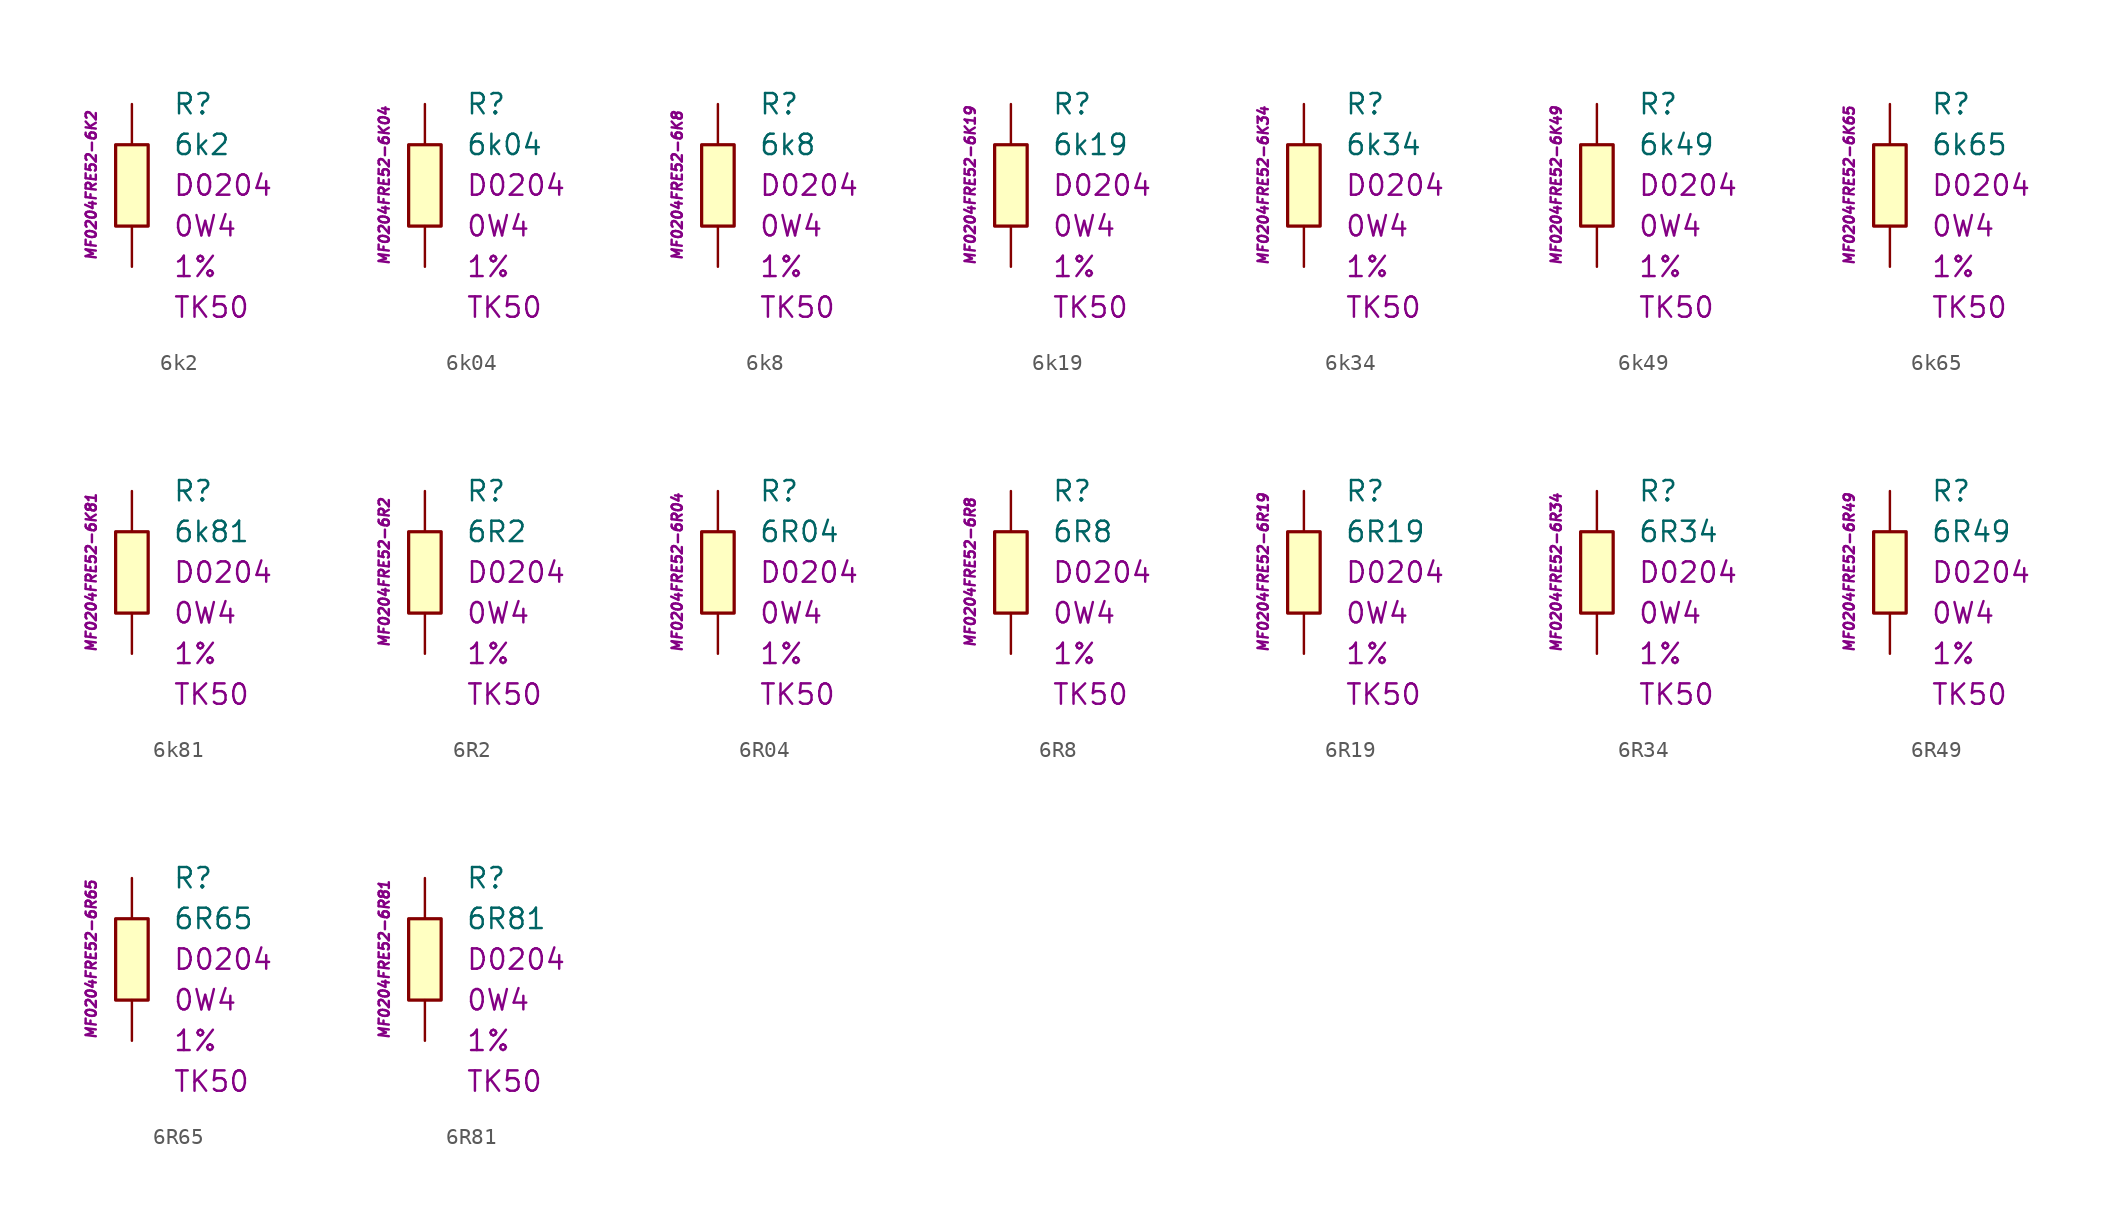
<source format=kicad_sym>
(kicad_symbol_lib
  (version 20201005)
  (generator kicad_symbol_editor)
  (symbol "6k2"
    (pin_numbers hide)
    (pin_names
      (offset 1.016) hide)
    (property "Reference" "R"
      (at 2.54 5.08 0)
      (effects (font (size 1.27 1.27)) (justify left)))
    (property "Value" "6k2"
      (at 2.54 2.54 0)
      (effects (font (size 1.27 1.27)) (justify left)))
    (property "Package" "D0204"
      (at 2.54 0 0)
      (effects (font (size 1.27 1.27)) (justify left)))
    (property "Power" "0W4"
      (at 2.54 -2.54 0)
      (effects (font (size 1.27 1.27)) (justify left)))
    (property "Tolerance" "1%"
      (at 2.54 -5.08 0)
      (effects (font (size 1.27 1.27)) (justify left)))
    (property "TK" "TK50"
      (at 2.54 -7.62 0)
      (effects (font (size 1.27 1.27)) (justify left)))
    (property "ID" "MF0204FRE52-6K2"
      (at -2.54 0 90)
      (effects (font (size 0.635 0.635) italic)))
    (symbol "6k2_0_1"
      (rectangle (start -1.016 2.54) (end 1.016 -2.54) (stroke (width 0.203)) (fill (type background))))
    (symbol "6k2_1_1"
      (pin passive line (at 0 5.08 270) (length 2.54) (name "~" (effects (font (size 1.778 1.778)))) (number "1" (effects (font (size 1.778 1.778)))))
      (pin passive line (at 0 -5.08 90) (length 2.54) (name "~" (effects (font (size 1.778 1.778)))) (number "2" (effects (font (size 1.778 1.778)))))))
  (symbol "6k04"
    (pin_numbers hide)
    (pin_names
      (offset 1.016) hide)
    (property "Reference" "R"
      (at 2.54 5.08 0)
      (effects (font (size 1.27 1.27)) (justify left)))
    (property "Value" "6k04"
      (at 2.54 2.54 0)
      (effects (font (size 1.27 1.27)) (justify left)))
    (property "Package" "D0204"
      (at 2.54 0 0)
      (effects (font (size 1.27 1.27)) (justify left)))
    (property "Power" "0W4"
      (at 2.54 -2.54 0)
      (effects (font (size 1.27 1.27)) (justify left)))
    (property "Tolerance" "1%"
      (at 2.54 -5.08 0)
      (effects (font (size 1.27 1.27)) (justify left)))
    (property "TK" "TK50"
      (at 2.54 -7.62 0)
      (effects (font (size 1.27 1.27)) (justify left)))
    (property "ID" "MF0204FRE52-6K04"
      (at -2.54 0 90)
      (effects (font (size 0.635 0.635) italic)))
    (symbol "6k04_0_1"
      (rectangle (start -1.016 2.54) (end 1.016 -2.54) (stroke (width 0.203)) (fill (type background))))
    (symbol "6k04_1_1"
      (pin passive line (at 0 5.08 270) (length 2.54) (name "~" (effects (font (size 1.778 1.778)))) (number "1" (effects (font (size 1.778 1.778)))))
      (pin passive line (at 0 -5.08 90) (length 2.54) (name "~" (effects (font (size 1.778 1.778)))) (number "2" (effects (font (size 1.778 1.778)))))))
  (symbol "6k8"
    (pin_numbers hide)
    (pin_names
      (offset 1.016) hide)
    (property "Reference" "R"
      (at 2.54 5.08 0)
      (effects (font (size 1.27 1.27)) (justify left)))
    (property "Value" "6k8"
      (at 2.54 2.54 0)
      (effects (font (size 1.27 1.27)) (justify left)))
    (property "Package" "D0204"
      (at 2.54 0 0)
      (effects (font (size 1.27 1.27)) (justify left)))
    (property "Power" "0W4"
      (at 2.54 -2.54 0)
      (effects (font (size 1.27 1.27)) (justify left)))
    (property "Tolerance" "1%"
      (at 2.54 -5.08 0)
      (effects (font (size 1.27 1.27)) (justify left)))
    (property "TK" "TK50"
      (at 2.54 -7.62 0)
      (effects (font (size 1.27 1.27)) (justify left)))
    (property "ID" "MF0204FRE52-6K8"
      (at -2.54 0 90)
      (effects (font (size 0.635 0.635) italic)))
    (symbol "6k8_0_1"
      (rectangle (start -1.016 2.54) (end 1.016 -2.54) (stroke (width 0.203)) (fill (type background))))
    (symbol "6k8_1_1"
      (pin passive line (at 0 5.08 270) (length 2.54) (name "~" (effects (font (size 1.778 1.778)))) (number "1" (effects (font (size 1.778 1.778)))))
      (pin passive line (at 0 -5.08 90) (length 2.54) (name "~" (effects (font (size 1.778 1.778)))) (number "2" (effects (font (size 1.778 1.778)))))))
  (symbol "6k19"
    (pin_numbers hide)
    (pin_names
      (offset 1.016) hide)
    (property "Reference" "R"
      (at 2.54 5.08 0)
      (effects (font (size 1.27 1.27)) (justify left)))
    (property "Value" "6k19"
      (at 2.54 2.54 0)
      (effects (font (size 1.27 1.27)) (justify left)))
    (property "Package" "D0204"
      (at 2.54 0 0)
      (effects (font (size 1.27 1.27)) (justify left)))
    (property "Power" "0W4"
      (at 2.54 -2.54 0)
      (effects (font (size 1.27 1.27)) (justify left)))
    (property "Tolerance" "1%"
      (at 2.54 -5.08 0)
      (effects (font (size 1.27 1.27)) (justify left)))
    (property "TK" "TK50"
      (at 2.54 -7.62 0)
      (effects (font (size 1.27 1.27)) (justify left)))
    (property "ID" "MF0204FRE52-6K19"
      (at -2.54 0 90)
      (effects (font (size 0.635 0.635) italic)))
    (symbol "6k19_0_1"
      (rectangle (start -1.016 2.54) (end 1.016 -2.54) (stroke (width 0.203)) (fill (type background))))
    (symbol "6k19_1_1"
      (pin passive line (at 0 5.08 270) (length 2.54) (name "~" (effects (font (size 1.778 1.778)))) (number "1" (effects (font (size 1.778 1.778)))))
      (pin passive line (at 0 -5.08 90) (length 2.54) (name "~" (effects (font (size 1.778 1.778)))) (number "2" (effects (font (size 1.778 1.778)))))))
  (symbol "6k34"
    (pin_numbers hide)
    (pin_names
      (offset 1.016) hide)
    (property "Reference" "R"
      (at 2.54 5.08 0)
      (effects (font (size 1.27 1.27)) (justify left)))
    (property "Value" "6k34"
      (at 2.54 2.54 0)
      (effects (font (size 1.27 1.27)) (justify left)))
    (property "Package" "D0204"
      (at 2.54 0 0)
      (effects (font (size 1.27 1.27)) (justify left)))
    (property "Power" "0W4"
      (at 2.54 -2.54 0)
      (effects (font (size 1.27 1.27)) (justify left)))
    (property "Tolerance" "1%"
      (at 2.54 -5.08 0)
      (effects (font (size 1.27 1.27)) (justify left)))
    (property "TK" "TK50"
      (at 2.54 -7.62 0)
      (effects (font (size 1.27 1.27)) (justify left)))
    (property "ID" "MF0204FRE52-6K34"
      (at -2.54 0 90)
      (effects (font (size 0.635 0.635) italic)))
    (symbol "6k34_0_1"
      (rectangle (start -1.016 2.54) (end 1.016 -2.54) (stroke (width 0.203)) (fill (type background))))
    (symbol "6k34_1_1"
      (pin passive line (at 0 5.08 270) (length 2.54) (name "~" (effects (font (size 1.778 1.778)))) (number "1" (effects (font (size 1.778 1.778)))))
      (pin passive line (at 0 -5.08 90) (length 2.54) (name "~" (effects (font (size 1.778 1.778)))) (number "2" (effects (font (size 1.778 1.778)))))))
  (symbol "6k49"
    (pin_numbers hide)
    (pin_names
      (offset 1.016) hide)
    (property "Reference" "R"
      (at 2.54 5.08 0)
      (effects (font (size 1.27 1.27)) (justify left)))
    (property "Value" "6k49"
      (at 2.54 2.54 0)
      (effects (font (size 1.27 1.27)) (justify left)))
    (property "Package" "D0204"
      (at 2.54 0 0)
      (effects (font (size 1.27 1.27)) (justify left)))
    (property "Power" "0W4"
      (at 2.54 -2.54 0)
      (effects (font (size 1.27 1.27)) (justify left)))
    (property "Tolerance" "1%"
      (at 2.54 -5.08 0)
      (effects (font (size 1.27 1.27)) (justify left)))
    (property "TK" "TK50"
      (at 2.54 -7.62 0)
      (effects (font (size 1.27 1.27)) (justify left)))
    (property "ID" "MF0204FRE52-6K49"
      (at -2.54 0 90)
      (effects (font (size 0.635 0.635) italic)))
    (symbol "6k49_0_1"
      (rectangle (start -1.016 2.54) (end 1.016 -2.54) (stroke (width 0.203)) (fill (type background))))
    (symbol "6k49_1_1"
      (pin passive line (at 0 5.08 270) (length 2.54) (name "~" (effects (font (size 1.778 1.778)))) (number "1" (effects (font (size 1.778 1.778)))))
      (pin passive line (at 0 -5.08 90) (length 2.54) (name "~" (effects (font (size 1.778 1.778)))) (number "2" (effects (font (size 1.778 1.778)))))))
  (symbol "6k65"
    (pin_numbers hide)
    (pin_names
      (offset 1.016) hide)
    (property "Reference" "R"
      (at 2.54 5.08 0)
      (effects (font (size 1.27 1.27)) (justify left)))
    (property "Value" "6k65"
      (at 2.54 2.54 0)
      (effects (font (size 1.27 1.27)) (justify left)))
    (property "Package" "D0204"
      (at 2.54 0 0)
      (effects (font (size 1.27 1.27)) (justify left)))
    (property "Power" "0W4"
      (at 2.54 -2.54 0)
      (effects (font (size 1.27 1.27)) (justify left)))
    (property "Tolerance" "1%"
      (at 2.54 -5.08 0)
      (effects (font (size 1.27 1.27)) (justify left)))
    (property "TK" "TK50"
      (at 2.54 -7.62 0)
      (effects (font (size 1.27 1.27)) (justify left)))
    (property "ID" "MF0204FRE52-6K65"
      (at -2.54 0 90)
      (effects (font (size 0.635 0.635) italic)))
    (symbol "6k65_0_1"
      (rectangle (start -1.016 2.54) (end 1.016 -2.54) (stroke (width 0.203)) (fill (type background))))
    (symbol "6k65_1_1"
      (pin passive line (at 0 5.08 270) (length 2.54) (name "~" (effects (font (size 1.778 1.778)))) (number "1" (effects (font (size 1.778 1.778)))))
      (pin passive line (at 0 -5.08 90) (length 2.54) (name "~" (effects (font (size 1.778 1.778)))) (number "2" (effects (font (size 1.778 1.778)))))))
  (symbol "6k81"
    (pin_numbers hide)
    (pin_names
      (offset 1.016) hide)
    (property "Reference" "R"
      (at 2.54 5.08 0)
      (effects (font (size 1.27 1.27)) (justify left)))
    (property "Value" "6k81"
      (at 2.54 2.54 0)
      (effects (font (size 1.27 1.27)) (justify left)))
    (property "Package" "D0204"
      (at 2.54 0 0)
      (effects (font (size 1.27 1.27)) (justify left)))
    (property "Power" "0W4"
      (at 2.54 -2.54 0)
      (effects (font (size 1.27 1.27)) (justify left)))
    (property "Tolerance" "1%"
      (at 2.54 -5.08 0)
      (effects (font (size 1.27 1.27)) (justify left)))
    (property "TK" "TK50"
      (at 2.54 -7.62 0)
      (effects (font (size 1.27 1.27)) (justify left)))
    (property "ID" "MF0204FRE52-6K81"
      (at -2.54 0 90)
      (effects (font (size 0.635 0.635) italic)))
    (symbol "6k81_0_1"
      (rectangle (start -1.016 2.54) (end 1.016 -2.54) (stroke (width 0.203)) (fill (type background))))
    (symbol "6k81_1_1"
      (pin passive line (at 0 5.08 270) (length 2.54) (name "~" (effects (font (size 1.778 1.778)))) (number "1" (effects (font (size 1.778 1.778)))))
      (pin passive line (at 0 -5.08 90) (length 2.54) (name "~" (effects (font (size 1.778 1.778)))) (number "2" (effects (font (size 1.778 1.778)))))))
  (symbol "6R2"
    (pin_numbers hide)
    (pin_names
      (offset 1.016) hide)
    (property "Reference" "R"
      (at 2.54 5.08 0)
      (effects (font (size 1.27 1.27)) (justify left)))
    (property "Value" "6R2"
      (at 2.54 2.54 0)
      (effects (font (size 1.27 1.27)) (justify left)))
    (property "Package" "D0204"
      (at 2.54 0 0)
      (effects (font (size 1.27 1.27)) (justify left)))
    (property "Power" "0W4"
      (at 2.54 -2.54 0)
      (effects (font (size 1.27 1.27)) (justify left)))
    (property "Tolerance" "1%"
      (at 2.54 -5.08 0)
      (effects (font (size 1.27 1.27)) (justify left)))
    (property "TK" "TK50"
      (at 2.54 -7.62 0)
      (effects (font (size 1.27 1.27)) (justify left)))
    (property "ID" "MF0204FRE52-6R2"
      (at -2.54 0 90)
      (effects (font (size 0.635 0.635) italic)))
    (symbol "6R2_0_1"
      (rectangle (start -1.016 2.54) (end 1.016 -2.54) (stroke (width 0.203)) (fill (type background))))
    (symbol "6R2_1_1"
      (pin passive line (at 0 5.08 270) (length 2.54) (name "~" (effects (font (size 1.778 1.778)))) (number "1" (effects (font (size 1.778 1.778)))))
      (pin passive line (at 0 -5.08 90) (length 2.54) (name "~" (effects (font (size 1.778 1.778)))) (number "2" (effects (font (size 1.778 1.778)))))))
  (symbol "6R04"
    (pin_numbers hide)
    (pin_names
      (offset 1.016) hide)
    (property "Reference" "R"
      (at 2.54 5.08 0)
      (effects (font (size 1.27 1.27)) (justify left)))
    (property "Value" "6R04"
      (at 2.54 2.54 0)
      (effects (font (size 1.27 1.27)) (justify left)))
    (property "Package" "D0204"
      (at 2.54 0 0)
      (effects (font (size 1.27 1.27)) (justify left)))
    (property "Power" "0W4"
      (at 2.54 -2.54 0)
      (effects (font (size 1.27 1.27)) (justify left)))
    (property "Tolerance" "1%"
      (at 2.54 -5.08 0)
      (effects (font (size 1.27 1.27)) (justify left)))
    (property "TK" "TK50"
      (at 2.54 -7.62 0)
      (effects (font (size 1.27 1.27)) (justify left)))
    (property "ID" "MF0204FRE52-6R04"
      (at -2.54 0 90)
      (effects (font (size 0.635 0.635) italic)))
    (symbol "6R04_0_1"
      (rectangle (start -1.016 2.54) (end 1.016 -2.54) (stroke (width 0.203)) (fill (type background))))
    (symbol "6R04_1_1"
      (pin passive line (at 0 5.08 270) (length 2.54) (name "~" (effects (font (size 1.778 1.778)))) (number "1" (effects (font (size 1.778 1.778)))))
      (pin passive line (at 0 -5.08 90) (length 2.54) (name "~" (effects (font (size 1.778 1.778)))) (number "2" (effects (font (size 1.778 1.778)))))))
  (symbol "6R8"
    (pin_numbers hide)
    (pin_names
      (offset 1.016) hide)
    (property "Reference" "R"
      (at 2.54 5.08 0)
      (effects (font (size 1.27 1.27)) (justify left)))
    (property "Value" "6R8"
      (at 2.54 2.54 0)
      (effects (font (size 1.27 1.27)) (justify left)))
    (property "Package" "D0204"
      (at 2.54 0 0)
      (effects (font (size 1.27 1.27)) (justify left)))
    (property "Power" "0W4"
      (at 2.54 -2.54 0)
      (effects (font (size 1.27 1.27)) (justify left)))
    (property "Tolerance" "1%"
      (at 2.54 -5.08 0)
      (effects (font (size 1.27 1.27)) (justify left)))
    (property "TK" "TK50"
      (at 2.54 -7.62 0)
      (effects (font (size 1.27 1.27)) (justify left)))
    (property "ID" "MF0204FRE52-6R8"
      (at -2.54 0 90)
      (effects (font (size 0.635 0.635) italic)))
    (symbol "6R8_0_1"
      (rectangle (start -1.016 2.54) (end 1.016 -2.54) (stroke (width 0.203)) (fill (type background))))
    (symbol "6R8_1_1"
      (pin passive line (at 0 5.08 270) (length 2.54) (name "~" (effects (font (size 1.778 1.778)))) (number "1" (effects (font (size 1.778 1.778)))))
      (pin passive line (at 0 -5.08 90) (length 2.54) (name "~" (effects (font (size 1.778 1.778)))) (number "2" (effects (font (size 1.778 1.778)))))))
  (symbol "6R19"
    (pin_numbers hide)
    (pin_names
      (offset 1.016) hide)
    (property "Reference" "R"
      (at 2.54 5.08 0)
      (effects (font (size 1.27 1.27)) (justify left)))
    (property "Value" "6R19"
      (at 2.54 2.54 0)
      (effects (font (size 1.27 1.27)) (justify left)))
    (property "Package" "D0204"
      (at 2.54 0 0)
      (effects (font (size 1.27 1.27)) (justify left)))
    (property "Power" "0W4"
      (at 2.54 -2.54 0)
      (effects (font (size 1.27 1.27)) (justify left)))
    (property "Tolerance" "1%"
      (at 2.54 -5.08 0)
      (effects (font (size 1.27 1.27)) (justify left)))
    (property "TK" "TK50"
      (at 2.54 -7.62 0)
      (effects (font (size 1.27 1.27)) (justify left)))
    (property "ID" "MF0204FRE52-6R19"
      (at -2.54 0 90)
      (effects (font (size 0.635 0.635) italic)))
    (symbol "6R19_0_1"
      (rectangle (start -1.016 2.54) (end 1.016 -2.54) (stroke (width 0.203)) (fill (type background))))
    (symbol "6R19_1_1"
      (pin passive line (at 0 5.08 270) (length 2.54) (name "~" (effects (font (size 1.778 1.778)))) (number "1" (effects (font (size 1.778 1.778)))))
      (pin passive line (at 0 -5.08 90) (length 2.54) (name "~" (effects (font (size 1.778 1.778)))) (number "2" (effects (font (size 1.778 1.778)))))))
  (symbol "6R34"
    (pin_numbers hide)
    (pin_names
      (offset 1.016) hide)
    (property "Reference" "R"
      (at 2.54 5.08 0)
      (effects (font (size 1.27 1.27)) (justify left)))
    (property "Value" "6R34"
      (at 2.54 2.54 0)
      (effects (font (size 1.27 1.27)) (justify left)))
    (property "Package" "D0204"
      (at 2.54 0 0)
      (effects (font (size 1.27 1.27)) (justify left)))
    (property "Power" "0W4"
      (at 2.54 -2.54 0)
      (effects (font (size 1.27 1.27)) (justify left)))
    (property "Tolerance" "1%"
      (at 2.54 -5.08 0)
      (effects (font (size 1.27 1.27)) (justify left)))
    (property "TK" "TK50"
      (at 2.54 -7.62 0)
      (effects (font (size 1.27 1.27)) (justify left)))
    (property "ID" "MF0204FRE52-6R34"
      (at -2.54 0 90)
      (effects (font (size 0.635 0.635) italic)))
    (symbol "6R34_0_1"
      (rectangle (start -1.016 2.54) (end 1.016 -2.54) (stroke (width 0.203)) (fill (type background))))
    (symbol "6R34_1_1"
      (pin passive line (at 0 5.08 270) (length 2.54) (name "~" (effects (font (size 1.778 1.778)))) (number "1" (effects (font (size 1.778 1.778)))))
      (pin passive line (at 0 -5.08 90) (length 2.54) (name "~" (effects (font (size 1.778 1.778)))) (number "2" (effects (font (size 1.778 1.778)))))))
  (symbol "6R49"
    (pin_numbers hide)
    (pin_names
      (offset 1.016) hide)
    (property "Reference" "R"
      (at 2.54 5.08 0)
      (effects (font (size 1.27 1.27)) (justify left)))
    (property "Value" "6R49"
      (at 2.54 2.54 0)
      (effects (font (size 1.27 1.27)) (justify left)))
    (property "Package" "D0204"
      (at 2.54 0 0)
      (effects (font (size 1.27 1.27)) (justify left)))
    (property "Power" "0W4"
      (at 2.54 -2.54 0)
      (effects (font (size 1.27 1.27)) (justify left)))
    (property "Tolerance" "1%"
      (at 2.54 -5.08 0)
      (effects (font (size 1.27 1.27)) (justify left)))
    (property "TK" "TK50"
      (at 2.54 -7.62 0)
      (effects (font (size 1.27 1.27)) (justify left)))
    (property "ID" "MF0204FRE52-6R49"
      (at -2.54 0 90)
      (effects (font (size 0.635 0.635) italic)))
    (symbol "6R49_0_1"
      (rectangle (start -1.016 2.54) (end 1.016 -2.54) (stroke (width 0.203)) (fill (type background))))
    (symbol "6R49_1_1"
      (pin passive line (at 0 5.08 270) (length 2.54) (name "~" (effects (font (size 1.778 1.778)))) (number "1" (effects (font (size 1.778 1.778)))))
      (pin passive line (at 0 -5.08 90) (length 2.54) (name "~" (effects (font (size 1.778 1.778)))) (number "2" (effects (font (size 1.778 1.778)))))))
  (symbol "6R65"
    (pin_numbers hide)
    (pin_names
      (offset 1.016) hide)
    (property "Reference" "R"
      (at 2.54 5.08 0)
      (effects (font (size 1.27 1.27)) (justify left)))
    (property "Value" "6R65"
      (at 2.54 2.54 0)
      (effects (font (size 1.27 1.27)) (justify left)))
    (property "Package" "D0204"
      (at 2.54 0 0)
      (effects (font (size 1.27 1.27)) (justify left)))
    (property "Power" "0W4"
      (at 2.54 -2.54 0)
      (effects (font (size 1.27 1.27)) (justify left)))
    (property "Tolerance" "1%"
      (at 2.54 -5.08 0)
      (effects (font (size 1.27 1.27)) (justify left)))
    (property "TK" "TK50"
      (at 2.54 -7.62 0)
      (effects (font (size 1.27 1.27)) (justify left)))
    (property "ID" "MF0204FRE52-6R65"
      (at -2.54 0 90)
      (effects (font (size 0.635 0.635) italic)))
    (symbol "6R65_0_1"
      (rectangle (start -1.016 2.54) (end 1.016 -2.54) (stroke (width 0.203)) (fill (type background))))
    (symbol "6R65_1_1"
      (pin passive line (at 0 5.08 270) (length 2.54) (name "~" (effects (font (size 1.778 1.778)))) (number "1" (effects (font (size 1.778 1.778)))))
      (pin passive line (at 0 -5.08 90) (length 2.54) (name "~" (effects (font (size 1.778 1.778)))) (number "2" (effects (font (size 1.778 1.778)))))))
  (symbol "6R81"
    (pin_numbers hide)
    (pin_names
      (offset 1.016) hide)
    (property "Reference" "R"
      (at 2.54 5.08 0)
      (effects (font (size 1.27 1.27)) (justify left)))
    (property "Value" "6R81"
      (at 2.54 2.54 0)
      (effects (font (size 1.27 1.27)) (justify left)))
    (property "Package" "D0204"
      (at 2.54 0 0)
      (effects (font (size 1.27 1.27)) (justify left)))
    (property "Power" "0W4"
      (at 2.54 -2.54 0)
      (effects (font (size 1.27 1.27)) (justify left)))
    (property "Tolerance" "1%"
      (at 2.54 -5.08 0)
      (effects (font (size 1.27 1.27)) (justify left)))
    (property "TK" "TK50"
      (at 2.54 -7.62 0)
      (effects (font (size 1.27 1.27)) (justify left)))
    (property "ID" "MF0204FRE52-6R81"
      (at -2.54 0 90)
      (effects (font (size 0.635 0.635) italic)))
    (symbol "6R81_0_1"
      (rectangle (start -1.016 2.54) (end 1.016 -2.54) (stroke (width 0.203)) (fill (type background))))
    (symbol "6R81_1_1"
      (pin passive line (at 0 5.08 270) (length 2.54) (name "~" (effects (font (size 1.778 1.778)))) (number "1" (effects (font (size 1.778 1.778)))))
      (pin passive line (at 0 -5.08 90) (length 2.54) (name "~" (effects (font (size 1.778 1.778)))) (number "2" (effects (font (size 1.778 1.778))))))))
</source>
